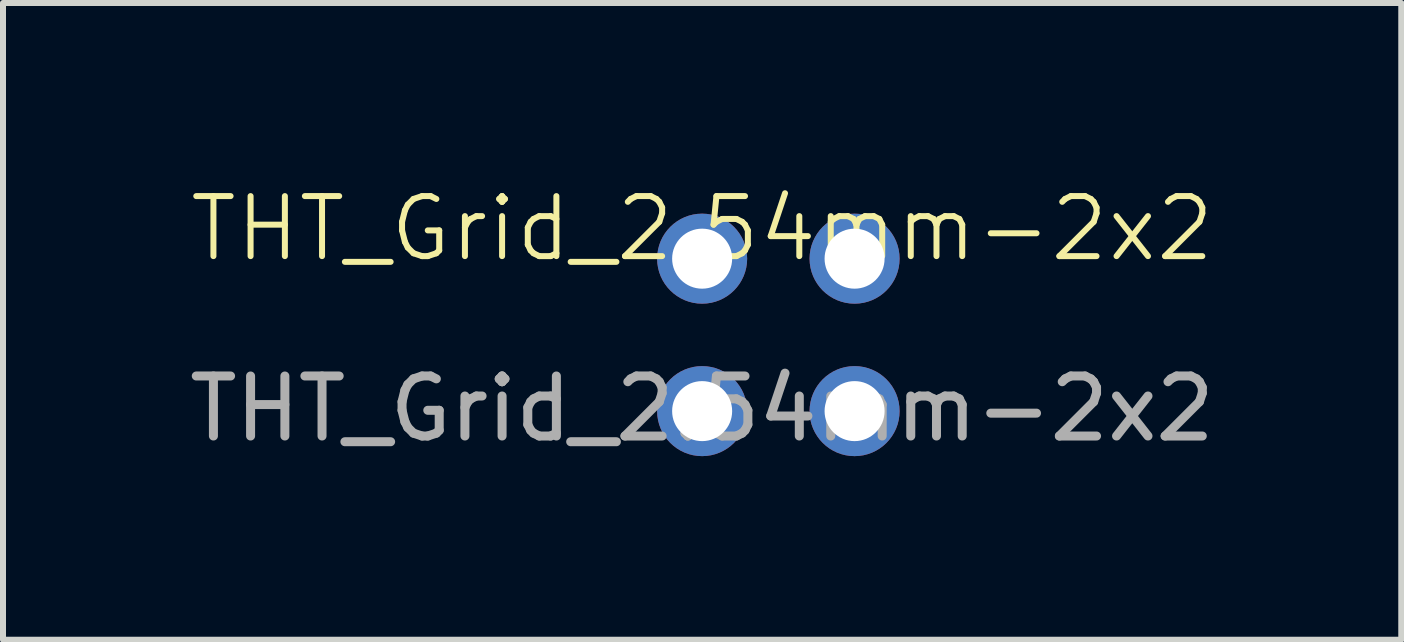
<source format=kicad_pcb>
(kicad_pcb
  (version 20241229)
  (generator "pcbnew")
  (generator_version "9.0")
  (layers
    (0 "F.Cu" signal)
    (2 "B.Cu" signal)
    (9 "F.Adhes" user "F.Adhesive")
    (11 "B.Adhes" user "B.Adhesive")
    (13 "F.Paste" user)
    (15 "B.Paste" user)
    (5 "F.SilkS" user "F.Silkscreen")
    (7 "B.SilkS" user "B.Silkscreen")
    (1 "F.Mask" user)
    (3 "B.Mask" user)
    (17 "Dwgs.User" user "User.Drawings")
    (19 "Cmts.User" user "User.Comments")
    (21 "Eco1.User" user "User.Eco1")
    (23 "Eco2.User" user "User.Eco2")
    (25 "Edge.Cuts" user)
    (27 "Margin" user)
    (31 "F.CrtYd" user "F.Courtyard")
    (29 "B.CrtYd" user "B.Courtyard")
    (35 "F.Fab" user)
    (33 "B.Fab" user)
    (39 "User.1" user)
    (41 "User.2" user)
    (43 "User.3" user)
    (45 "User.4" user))
  (footprint "THT_Grid_2.54mm-2x2"
    (layer "F.Cu")
    (at 8.649 1.26)
    (property "Reference" "THT_Grid_2.54mm-2x2" (at 0 -0.5 0) (unlocked yes) (layer "F.SilkS") (effects (font (size 1 1) (thickness 0.1))))
    (attr through_hole)
    (fp_text user "${REFERENCE}" (at 0 2.5 0) (unlocked yes) (layer "F.Fab") (effects (font (size 1 1) (thickness 0.15))))
    (pad "1" thru_hole circle (at 0 0) (size 1.5 1.5) (drill oval 1) (layers "*.Cu" "*.Mask"))
    (pad "2" thru_hole circle (at 2.54 0) (size 1.5 1.5) (drill oval 1) (layers "*.Cu" "*.Mask"))
    (pad "3" thru_hole circle (at 0 2.54) (size 1.5 1.5) (drill oval 1) (layers "*.Cu" "*.Mask"))
    (pad "4" thru_hole circle (at 2.54 2.54) (size 1.5 1.5) (drill oval 1) (layers "*.Cu" "*.Mask")))
  (gr_rect
    (start -3 -3)
    (end 20.298 7.609)
    (stroke (width 0.1) (type default))
    (fill no)
    (layer "Edge.Cuts")))
</source>
